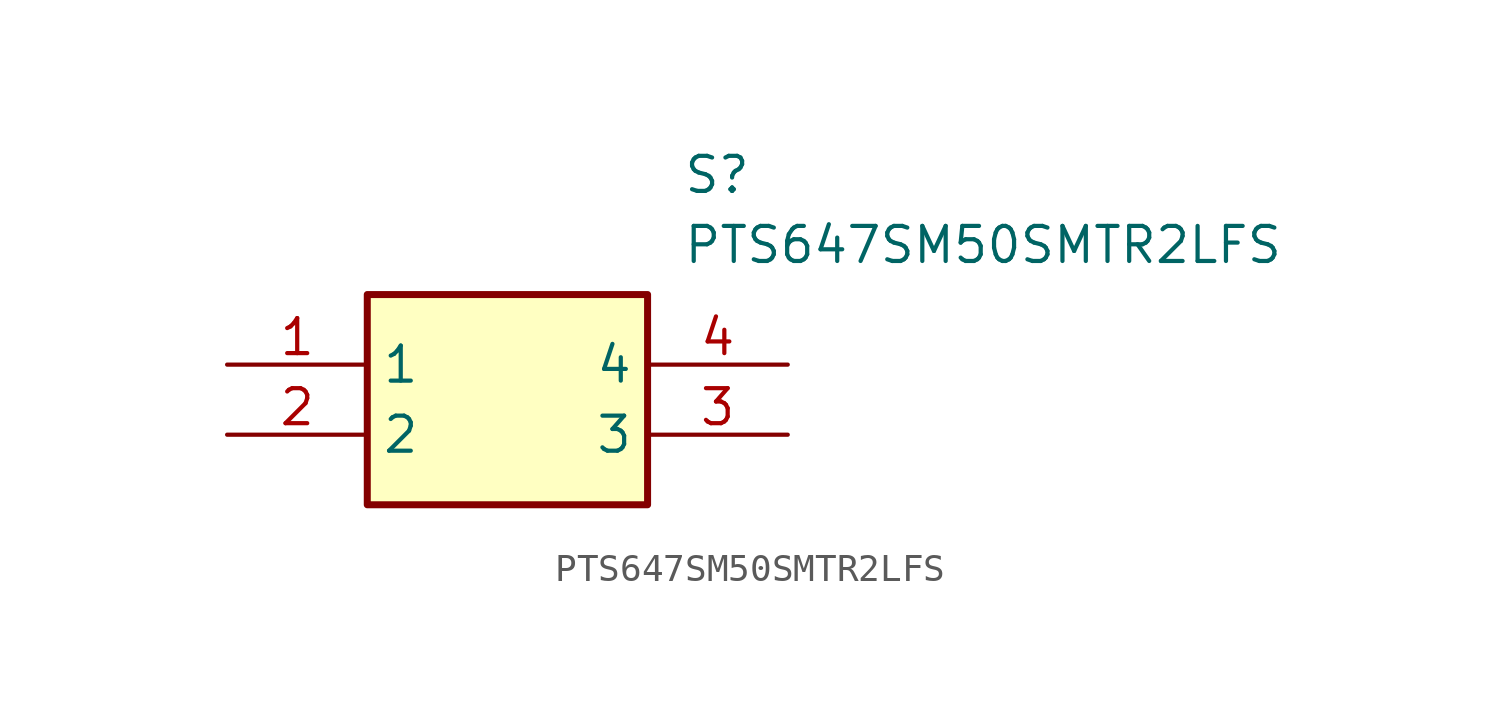
<source format=kicad_sym>
(kicad_symbol_lib
  (version 20211014)
  (generator SamacSys_ECAD_Model)
  (symbol "PTS647SM50SMTR2LFS"
    (property "Reference" "S"
      (at 16.51 7.62 0)
      (effects (font (size 1.27 1.27)) (justify left top)))
    (property "Value" "PTS647SM50SMTR2LFS"
      (at 16.51 5.08 0)
      (effects (font (size 1.27 1.27)) (justify left top)))
    (rectangle
      (start 5.08 2.54)
      (end 15.24 -5.08)
      (stroke (width 0.254) (type default))
      (fill (type background)))
    (pin passive line
      (at 0 0 0)
      (length 5.08)
      (name "1" (effects (font (size 1.27 1.27))))
      (number "1" (effects (font (size 1.27 1.27)))))
    (pin passive line
      (at 0 -2.54 0)
      (length 5.08)
      (name "2" (effects (font (size 1.27 1.27))))
      (number "2" (effects (font (size 1.27 1.27)))))
    (pin passive line
      (at 20.32 -2.54 180)
      (length 5.08)
      (name "3" (effects (font (size 1.27 1.27))))
      (number "3" (effects (font (size 1.27 1.27)))))
    (pin passive line
      (at 20.32 0 180)
      (length 5.08)
      (name "4" (effects (font (size 1.27 1.27))))
      (number "4" (effects (font (size 1.27 1.27)))))))
</source>
